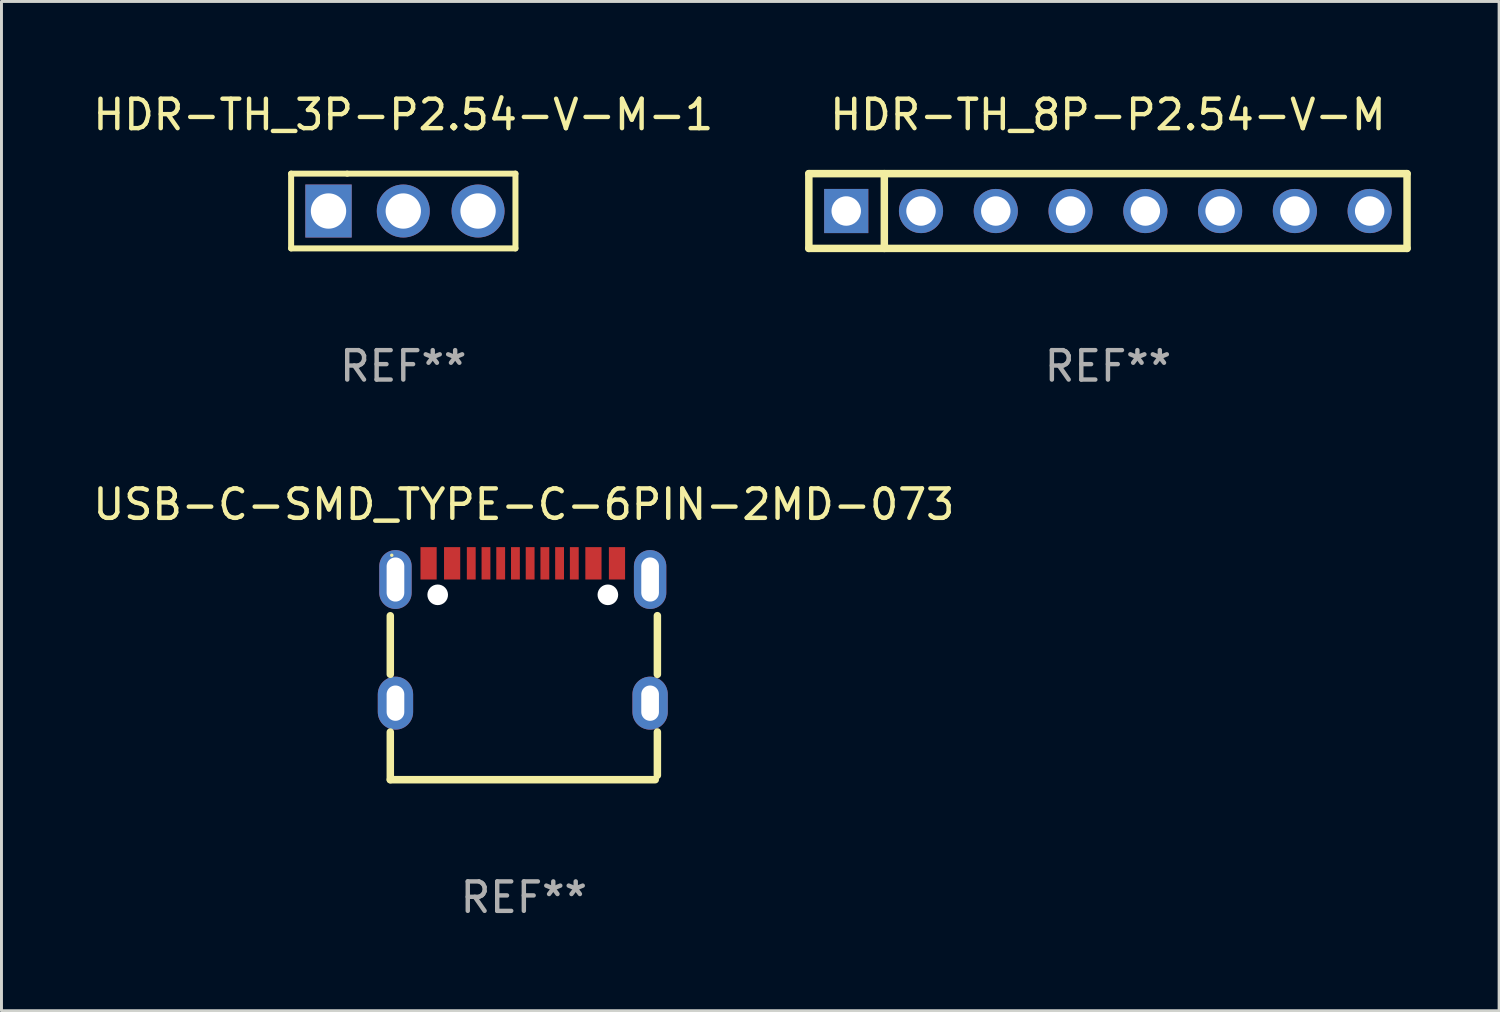
<source format=kicad_pcb>
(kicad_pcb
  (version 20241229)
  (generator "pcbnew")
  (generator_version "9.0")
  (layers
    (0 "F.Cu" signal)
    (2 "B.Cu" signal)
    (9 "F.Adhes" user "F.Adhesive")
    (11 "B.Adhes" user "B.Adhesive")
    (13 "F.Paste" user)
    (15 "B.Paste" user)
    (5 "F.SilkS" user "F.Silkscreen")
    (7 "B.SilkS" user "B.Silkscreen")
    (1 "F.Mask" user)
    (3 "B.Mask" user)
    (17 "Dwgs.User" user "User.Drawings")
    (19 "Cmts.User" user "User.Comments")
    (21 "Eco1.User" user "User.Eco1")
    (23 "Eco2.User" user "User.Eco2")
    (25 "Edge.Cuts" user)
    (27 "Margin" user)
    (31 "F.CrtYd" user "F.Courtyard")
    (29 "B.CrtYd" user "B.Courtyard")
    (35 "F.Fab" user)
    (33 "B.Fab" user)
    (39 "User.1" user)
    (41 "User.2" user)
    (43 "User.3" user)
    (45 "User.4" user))
  (footprint "HDR-TH_3P-P2.54-V-M-1"
    (layer "F.Cu")
    (at 10.649 4.118)
    (property "Reference" "HDR-TH_3P-P2.54-V-M-1" (at 0 -3.27 0) (layer "F.SilkS") (effects (font (size 1 1) (thickness 0.15))))
    (attr through_hole)
    (fp_line (start -3.81 -1.27) (end -3.81 1.27) (stroke (width 0.203) (type solid)) (layer "F.SilkS"))
    (fp_line (start -3.81 1.27) (end 3.81 1.27) (stroke (width 0.203) (type solid)) (layer "F.SilkS"))
    (fp_line (start -1.905 -1.27) (end -3.81 -1.27) (stroke (width 0.203) (type solid)) (layer "F.SilkS"))
    (fp_line (start 3.81 -1.27) (end -1.905 -1.27) (stroke (width 0.203) (type solid)) (layer "F.SilkS"))
    (fp_line (start 3.81 1.27) (end 3.81 -1.27) (stroke (width 0.203) (type solid)) (layer "F.SilkS"))
    (fp_circle (center -3.81 1.25) (end -3.78 1.25) (stroke (width 0.06) (type solid)) (fill no) (layer "F.SilkS"))
    (fp_text user "REF**" (at 0 5.27 0) (layer "F.Fab") (effects (font (size 1 1) (thickness 0.15))))
    (pad "1" thru_hole rect (at -2.54 0) (size 1.575 1.8) (drill 1.2) (layers "*.Cu" "*.Mask"))
    (pad "2" thru_hole circle (at 0 0) (size 1.8 1.8) (drill 1.2) (layers "*.Cu" "*.Mask"))
    (pad "3" thru_hole circle (at 2.54 0) (size 1.8 1.8) (drill 1.2) (layers "*.Cu" "*.Mask")))
  (footprint "HDR-TH_8P-P2.54-V-M"
    (layer "F.Cu")
    (at 34.585 4.118)
    (property "Reference" "HDR-TH_8P-P2.54-V-M" (at 0 -3.27 0) (layer "F.SilkS") (effects (font (size 1 1) (thickness 0.15))))
    (attr through_hole)
    (fp_line (start -10.16 -1.27) (end 10.16 -1.27) (stroke (width 0.254) (type solid)) (layer "F.SilkS"))
    (fp_line (start -10.16 1.27) (end -10.16 -1.27) (stroke (width 0.254) (type solid)) (layer "F.SilkS"))
    (fp_line (start -7.596 -1.27) (end -7.596 1.27) (stroke (width 0.254) (type solid)) (layer "F.SilkS"))
    (fp_line (start 10.16 -1.27) (end 10.16 1.27) (stroke (width 0.254) (type solid)) (layer "F.SilkS"))
    (fp_line (start 10.16 1.27) (end -10.16 1.27) (stroke (width 0.254) (type solid)) (layer "F.SilkS"))
    (fp_circle (center -10.16 1.25) (end -10.13 1.25) (stroke (width 0.06) (type solid)) (fill no) (layer "F.SilkS"))
    (fp_text user "REF**" (at 0 5.27 0) (layer "F.Fab") (effects (font (size 1 1) (thickness 0.15))))
    (pad "1" thru_hole rect (at -8.89 0) (size 1.5 1.5) (drill 1) (layers "*.Cu" "*.Mask"))
    (pad "2" thru_hole circle (at -6.35 0) (size 1.5 1.5) (drill 1) (layers "*.Cu" "*.Mask"))
    (pad "3" thru_hole circle (at -3.81 0) (size 1.5 1.5) (drill 1) (layers "*.Cu" "*.Mask"))
    (pad "4" thru_hole circle (at -1.27 0) (size 1.5 1.5) (drill 1) (layers "*.Cu" "*.Mask"))
    (pad "5" thru_hole circle (at 1.27 0) (size 1.5 1.5) (drill 1) (layers "*.Cu" "*.Mask"))
    (pad "6" thru_hole circle (at 3.81 0) (size 1.5 1.5) (drill 1) (layers "*.Cu" "*.Mask"))
    (pad "7" thru_hole circle (at 6.35 0) (size 1.5 1.5) (drill 1) (layers "*.Cu" "*.Mask"))
    (pad "8" thru_hole circle (at 8.89 0) (size 1.5 1.5) (drill 1) (layers "*.Cu" "*.Mask")))
  (footprint "USB-C-SMD_TYPE-C-6PIN-2MD-073"
    (layer "F.Cu")
    (at 14.708 18.46)
    (property "Reference" "USB-C-SMD_TYPE-C-6PIN-2MD-073" (at 0.036 -4.375 0) (layer "F.SilkS") (effects (font (size 1 1) (thickness 0.15))))
    (attr through_hole)
    (fp_line (start -4.5 1.394) (end -4.5 -0.594) (stroke (width 0.254) (type solid)) (layer "F.SilkS"))
    (fp_line (start -4.5 4.975) (end -4.5 3.356) (stroke (width 0.254) (type solid)) (layer "F.SilkS"))
    (fp_line (start 4.5 4.975) (end -4.5 4.975) (stroke (width 0.254) (type solid)) (layer "F.SilkS"))
    (fp_line (start 4.572 1.397) (end 4.572 -0.597) (stroke (width 0.254) (type solid)) (layer "F.SilkS"))
    (fp_line (start 4.572 4.826) (end 4.572 3.353) (stroke (width 0.254) (type solid)) (layer "F.SilkS"))
    (fp_circle (center -4.45 -2.649) (end -4.42 -2.649) (stroke (width 0.06) (type solid)) (fill no) (layer "F.SilkS"))
    (fp_circle (center -2.89 -1.305) (end -2.765 -1.305) (stroke (width 0.25) (type solid)) (fill no) (layer "F.Fab"))
    (fp_circle (center 2.89 -1.305) (end 3.015 -1.305) (stroke (width 0.25) (type solid)) (fill no) (layer "F.Fab"))
    (fp_text user "REF**" (at 0.036 8.975 0) (layer "F.Fab") (effects (font (size 1 1) (thickness 0.15))))
    (pad "" np_thru_hole circle (at -2.89 -1.305) (size 0.7 0.7) (drill 0.7) (layers "*.Cu" "*.Mask"))
    (pad "" np_thru_hole circle (at 2.89 -1.305) (size 0.7 0.7) (drill 0.7) (layers "*.Cu" "*.Mask"))
    (pad "1" smd rect (at -3.2 -2.375) (size 0.55 1.1) (layers "F.Cu" "F.Mask" "F.Paste"))
    (pad "2" smd rect (at -2.4 -2.375) (size 0.55 1.1) (layers "F.Cu" "F.Mask" "F.Paste"))
    (pad "3" smd rect (at -1.75 -2.375) (size 0.3 1.1) (layers "F.Cu" "F.Mask" "F.Paste"))
    (pad "4" smd rect (at -1.25 -2.375) (size 0.3 1.1) (layers "F.Cu" "F.Mask" "F.Paste"))
    (pad "5" smd rect (at -0.75 -2.375) (size 0.3 1.1) (layers "F.Cu" "F.Mask" "F.Paste"))
    (pad "6" smd rect (at -0.25 -2.375) (size 0.3 1.1) (layers "F.Cu" "F.Mask" "F.Paste"))
    (pad "7" smd rect (at 0.25 -2.375) (size 0.3 1.1) (layers "F.Cu" "F.Mask" "F.Paste"))
    (pad "8" smd rect (at 0.75 -2.375) (size 0.3 1.1) (layers "F.Cu" "F.Mask" "F.Paste"))
    (pad "9" smd rect (at 1.25 -2.375) (size 0.3 1.1) (layers "F.Cu" "F.Mask" "F.Paste"))
    (pad "10" smd rect (at 1.75 -2.375) (size 0.3 1.1) (layers "F.Cu" "F.Mask" "F.Paste"))
    (pad "11" smd rect (at 2.4 -2.375) (size 0.55 1.1) (layers "F.Cu" "F.Mask" "F.Paste"))
    (pad "12" smd rect (at 3.2 -2.375) (size 0.55 1.1) (layers "F.Cu" "F.Mask" "F.Paste"))
    (pad "13" thru_hole oval (at -4.325 -1.825) (size 1.1 2) (drill oval 0.6 1.5) (layers "*.Cu" "*.Mask"))
    (pad "13" thru_hole oval (at -4.325 2.375) (size 1.2 1.8) (drill oval 0.6 1.2) (layers "*.Cu" "*.Mask"))
    (pad "14" thru_hole oval (at 4.325 -1.825) (size 1.1 2) (drill oval 0.6 1.5) (layers "*.Cu" "*.Mask"))
    (pad "14" thru_hole oval (at 4.325 2.375) (size 1.2 1.8) (drill oval 0.6 1.2) (layers "*.Cu" "*.Mask")))
  (gr_rect
    (start -3 -3)
    (end 47.872 31.283)
    (stroke (width 0.1) (type default))
    (fill no)
    (layer "Edge.Cuts")))
</source>
